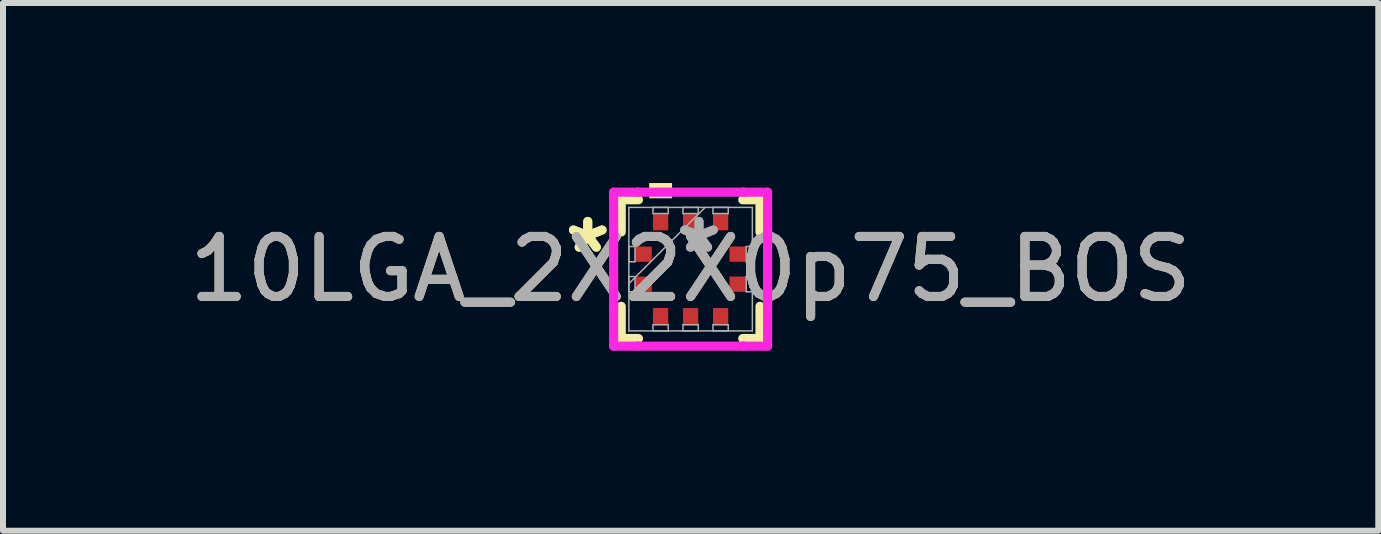
<source format=kicad_pcb>
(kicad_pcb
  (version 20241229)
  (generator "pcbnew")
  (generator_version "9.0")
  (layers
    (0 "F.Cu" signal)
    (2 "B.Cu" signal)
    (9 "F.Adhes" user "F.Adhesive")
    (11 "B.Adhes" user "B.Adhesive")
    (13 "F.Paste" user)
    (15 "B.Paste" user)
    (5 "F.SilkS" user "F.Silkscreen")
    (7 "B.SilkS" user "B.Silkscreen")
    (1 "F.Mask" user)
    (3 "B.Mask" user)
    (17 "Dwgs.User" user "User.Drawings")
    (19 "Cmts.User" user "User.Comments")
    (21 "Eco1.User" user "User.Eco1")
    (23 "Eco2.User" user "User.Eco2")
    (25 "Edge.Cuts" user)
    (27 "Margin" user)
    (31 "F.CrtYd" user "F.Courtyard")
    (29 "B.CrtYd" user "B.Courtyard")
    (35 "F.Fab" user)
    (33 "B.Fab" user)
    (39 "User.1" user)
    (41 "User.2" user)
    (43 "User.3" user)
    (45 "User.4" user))
  (footprint "10LGA_2X2X0p75_BOS"
    (layer "F.Cu")
    (at 8.458 1.435)
    (property "Reference" "10LGA_2X2X0p75_BOS" (at 0 0 0) (unlocked yes) (layer "F.SilkS") (effects (font (size 1 1) (thickness 0.15))))
    (attr smd)
    (fp_line (start -1.156 -1.156) (end -1.156 -0.619) (stroke (width 0.152) (type solid)) (layer "F.SilkS"))
    (fp_line (start -1.156 0.619) (end -1.156 1.156) (stroke (width 0.152) (type solid)) (layer "F.SilkS"))
    (fp_line (start -1.156 1.156) (end -0.869 1.156) (stroke (width 0.152) (type solid)) (layer "F.SilkS"))
    (fp_line (start -0.869 -1.156) (end -1.156 -1.156) (stroke (width 0.152) (type solid)) (layer "F.SilkS"))
    (fp_line (start 0.869 1.156) (end 1.156 1.156) (stroke (width 0.152) (type solid)) (layer "F.SilkS"))
    (fp_line (start 1.156 -1.156) (end 0.869 -1.156) (stroke (width 0.152) (type solid)) (layer "F.SilkS"))
    (fp_line (start 1.156 -0.619) (end 1.156 -1.156) (stroke (width 0.152) (type solid)) (layer "F.SilkS"))
    (fp_line (start 1.156 1.156) (end 1.156 0.619) (stroke (width 0.152) (type solid)) (layer "F.SilkS"))
    (fp_poly (pts (xy -0.69 -1.181) (xy -0.69 -1.435) (xy -0.309 -1.435) (xy -0.309 -1.181)) (stroke (width 0) (type solid)) (fill yes) (layer "F.SilkS"))
    (fp_line (start -1.283 -1.283) (end -0.881 -1.283) (stroke (width 0.152) (type solid)) (layer "F.CrtYd"))
    (fp_line (start -1.283 -0.631) (end -1.283 -1.283) (stroke (width 0.152) (type solid)) (layer "F.CrtYd"))
    (fp_line (start -1.283 -0.631) (end -1.283 -0.631) (stroke (width 0.152) (type solid)) (layer "F.CrtYd"))
    (fp_line (start -1.283 0.631) (end -1.283 -0.631) (stroke (width 0.152) (type solid)) (layer "F.CrtYd"))
    (fp_line (start -1.283 0.631) (end -1.283 0.631) (stroke (width 0.152) (type solid)) (layer "F.CrtYd"))
    (fp_line (start -1.283 1.283) (end -1.283 0.631) (stroke (width 0.152) (type solid)) (layer "F.CrtYd"))
    (fp_line (start -0.881 -1.283) (end -0.881 -1.283) (stroke (width 0.152) (type solid)) (layer "F.CrtYd"))
    (fp_line (start -0.881 -1.283) (end 0.881 -1.283) (stroke (width 0.152) (type solid)) (layer "F.CrtYd"))
    (fp_line (start -0.881 1.283) (end -1.283 1.283) (stroke (width 0.152) (type solid)) (layer "F.CrtYd"))
    (fp_line (start -0.881 1.283) (end -0.881 1.283) (stroke (width 0.152) (type solid)) (layer "F.CrtYd"))
    (fp_line (start 0.881 -1.283) (end 0.881 -1.283) (stroke (width 0.152) (type solid)) (layer "F.CrtYd"))
    (fp_line (start 0.881 -1.283) (end 1.283 -1.283) (stroke (width 0.152) (type solid)) (layer "F.CrtYd"))
    (fp_line (start 0.881 1.283) (end -0.881 1.283) (stroke (width 0.152) (type solid)) (layer "F.CrtYd"))
    (fp_line (start 0.881 1.283) (end 0.881 1.283) (stroke (width 0.152) (type solid)) (layer "F.CrtYd"))
    (fp_line (start 1.283 -1.283) (end 1.283 -0.631) (stroke (width 0.152) (type solid)) (layer "F.CrtYd"))
    (fp_line (start 1.283 -0.631) (end 1.283 -0.631) (stroke (width 0.152) (type solid)) (layer "F.CrtYd"))
    (fp_line (start 1.283 -0.631) (end 1.283 0.631) (stroke (width 0.152) (type solid)) (layer "F.CrtYd"))
    (fp_line (start 1.283 0.631) (end 1.283 0.631) (stroke (width 0.152) (type solid)) (layer "F.CrtYd"))
    (fp_line (start 1.283 0.631) (end 1.283 1.283) (stroke (width 0.152) (type solid)) (layer "F.CrtYd"))
    (fp_line (start 1.283 1.283) (end 0.881 1.283) (stroke (width 0.152) (type solid)) (layer "F.CrtYd"))
    (fp_line (start -1.029 -1.029) (end -1.029 1.029) (stroke (width 0.025) (type solid)) (layer "F.Fab"))
    (fp_line (start -1.029 -0.377) (end -0.927 -0.377) (stroke (width 0.025) (type solid)) (layer "F.Fab"))
    (fp_line (start -1.029 -0.123) (end -1.029 -0.377) (stroke (width 0.025) (type solid)) (layer "F.Fab"))
    (fp_line (start -1.029 0.123) (end -0.927 0.123) (stroke (width 0.025) (type solid)) (layer "F.Fab"))
    (fp_line (start -1.029 0.241) (end 0.241 -1.029) (stroke (width 0.025) (type solid)) (layer "F.Fab"))
    (fp_line (start -1.029 0.377) (end -1.029 0.123) (stroke (width 0.025) (type solid)) (layer "F.Fab"))
    (fp_line (start -1.029 1.029) (end 1.029 1.029) (stroke (width 0.025) (type solid)) (layer "F.Fab"))
    (fp_line (start -0.927 -0.377) (end -0.927 -0.123) (stroke (width 0.025) (type solid)) (layer "F.Fab"))
    (fp_line (start -0.927 -0.123) (end -1.029 -0.123) (stroke (width 0.025) (type solid)) (layer "F.Fab"))
    (fp_line (start -0.927 0.123) (end -0.927 0.377) (stroke (width 0.025) (type solid)) (layer "F.Fab"))
    (fp_line (start -0.927 0.377) (end -1.029 0.377) (stroke (width 0.025) (type solid)) (layer "F.Fab"))
    (fp_line (start -0.627 -1.029) (end -0.373 -1.029) (stroke (width 0.025) (type solid)) (layer "F.Fab"))
    (fp_line (start -0.627 -0.927) (end -0.627 -1.029) (stroke (width 0.025) (type solid)) (layer "F.Fab"))
    (fp_line (start -0.627 0.927) (end -0.373 0.927) (stroke (width 0.025) (type solid)) (layer "F.Fab"))
    (fp_line (start -0.627 1.029) (end -0.627 0.927) (stroke (width 0.025) (type solid)) (layer "F.Fab"))
    (fp_line (start -0.373 -1.029) (end -0.373 -0.927) (stroke (width 0.025) (type solid)) (layer "F.Fab"))
    (fp_line (start -0.373 -0.927) (end -0.627 -0.927) (stroke (width 0.025) (type solid)) (layer "F.Fab"))
    (fp_line (start -0.373 0.927) (end -0.373 1.029) (stroke (width 0.025) (type solid)) (layer "F.Fab"))
    (fp_line (start -0.373 1.029) (end -0.627 1.029) (stroke (width 0.025) (type solid)) (layer "F.Fab"))
    (fp_line (start -0.127 -1.029) (end 0.127 -1.029) (stroke (width 0.025) (type solid)) (layer "F.Fab"))
    (fp_line (start -0.127 -0.927) (end -0.127 -1.029) (stroke (width 0.025) (type solid)) (layer "F.Fab"))
    (fp_line (start -0.127 0.927) (end 0.127 0.927) (stroke (width 0.025) (type solid)) (layer "F.Fab"))
    (fp_line (start -0.127 1.029) (end -0.127 0.927) (stroke (width 0.025) (type solid)) (layer "F.Fab"))
    (fp_line (start 0.127 -1.029) (end 0.127 -0.927) (stroke (width 0.025) (type solid)) (layer "F.Fab"))
    (fp_line (start 0.127 -0.927) (end -0.127 -0.927) (stroke (width 0.025) (type solid)) (layer "F.Fab"))
    (fp_line (start 0.127 0.927) (end 0.127 1.029) (stroke (width 0.025) (type solid)) (layer "F.Fab"))
    (fp_line (start 0.127 1.029) (end -0.127 1.029) (stroke (width 0.025) (type solid)) (layer "F.Fab"))
    (fp_line (start 0.373 -1.029) (end 0.627 -1.029) (stroke (width 0.025) (type solid)) (layer "F.Fab"))
    (fp_line (start 0.373 -0.927) (end 0.373 -1.029) (stroke (width 0.025) (type solid)) (layer "F.Fab"))
    (fp_line (start 0.373 0.927) (end 0.627 0.927) (stroke (width 0.025) (type solid)) (layer "F.Fab"))
    (fp_line (start 0.373 1.029) (end 0.373 0.927) (stroke (width 0.025) (type solid)) (layer "F.Fab"))
    (fp_line (start 0.627 -1.029) (end 0.627 -0.927) (stroke (width 0.025) (type solid)) (layer "F.Fab"))
    (fp_line (start 0.627 -0.927) (end 0.373 -0.927) (stroke (width 0.025) (type solid)) (layer "F.Fab"))
    (fp_line (start 0.627 0.927) (end 0.627 1.029) (stroke (width 0.025) (type solid)) (layer "F.Fab"))
    (fp_line (start 0.627 1.029) (end 0.373 1.029) (stroke (width 0.025) (type solid)) (layer "F.Fab"))
    (fp_line (start 0.927 -0.377) (end 1.029 -0.377) (stroke (width 0.025) (type solid)) (layer "F.Fab"))
    (fp_line (start 0.927 -0.123) (end 0.927 -0.377) (stroke (width 0.025) (type solid)) (layer "F.Fab"))
    (fp_line (start 0.927 0.123) (end 1.029 0.123) (stroke (width 0.025) (type solid)) (layer "F.Fab"))
    (fp_line (start 0.927 0.377) (end 0.927 0.123) (stroke (width 0.025) (type solid)) (layer "F.Fab"))
    (fp_line (start 1.029 -1.029) (end -1.029 -1.029) (stroke (width 0.025) (type solid)) (layer "F.Fab"))
    (fp_line (start 1.029 -0.377) (end 1.029 -0.123) (stroke (width 0.025) (type solid)) (layer "F.Fab"))
    (fp_line (start 1.029 -0.123) (end 0.927 -0.123) (stroke (width 0.025) (type solid)) (layer "F.Fab"))
    (fp_line (start 1.029 0.123) (end 1.029 0.377) (stroke (width 0.025) (type solid)) (layer "F.Fab"))
    (fp_line (start 1.029 0.377) (end 0.927 0.377) (stroke (width 0.025) (type solid)) (layer "F.Fab"))
    (fp_line (start 1.029 1.029) (end 1.029 -1.029) (stroke (width 0.025) (type solid)) (layer "F.Fab"))
    (fp_text user "*" (at -1.714 -0.25 0) (layer "F.SilkS") (effects (font (size 1 1) (thickness 0.15))))
    (fp_text user "*" (at -1.714 -0.25 0) (unlocked yes) (layer "F.SilkS") (effects (font (size 1 1) (thickness 0.15))))
    (fp_text user "*" (at 0.14 -0.25 0) (unlocked yes) (layer "F.Fab") (effects (font (size 1 1) (thickness 0.15))))
    (fp_text user "${REFERENCE}" (at 0 0 0) (unlocked yes) (layer "F.Fab") (effects (font (size 1 1) (thickness 0.15))))
    (fp_text user "*" (at 0.14 -0.25 0) (layer "F.Fab") (effects (font (size 1 1) (thickness 0.15))))
    (pad "1" smd rect (at -0.787 -0.25 90) (size 0.254 0.279) (layers "F.Cu" "F.Mask" "F.Paste"))
    (pad "2" smd rect (at -0.787 0.25 90) (size 0.254 0.279) (layers "F.Cu" "F.Mask" "F.Paste"))
    (pad "3" smd rect (at -0.5 0.787) (size 0.254 0.279) (layers "F.Cu" "F.Mask" "F.Paste"))
    (pad "4" smd rect (at 0 0.787) (size 0.254 0.279) (layers "F.Cu" "F.Mask" "F.Paste"))
    (pad "5" smd rect (at 0.5 0.787) (size 0.254 0.279) (layers "F.Cu" "F.Mask" "F.Paste"))
    (pad "6" smd rect (at 0.787 0.25 90) (size 0.254 0.279) (layers "F.Cu" "F.Mask" "F.Paste"))
    (pad "7" smd rect (at 0.787 -0.25 90) (size 0.254 0.279) (layers "F.Cu" "F.Mask" "F.Paste"))
    (pad "8" smd rect (at 0.5 -0.787) (size 0.254 0.279) (layers "F.Cu" "F.Mask" "F.Paste"))
    (pad "9" smd rect (at 0 -0.787) (size 0.254 0.279) (layers "F.Cu" "F.Mask" "F.Paste"))
    (pad "10" smd rect (at -0.5 -0.787) (size 0.254 0.279) (layers "F.Cu" "F.Mask" "F.Paste")))
  (gr_rect
    (start -3 -3)
    (end 19.917 5.794)
    (stroke (width 0.1) (type default))
    (fill no)
    (layer "Edge.Cuts")))
</source>
